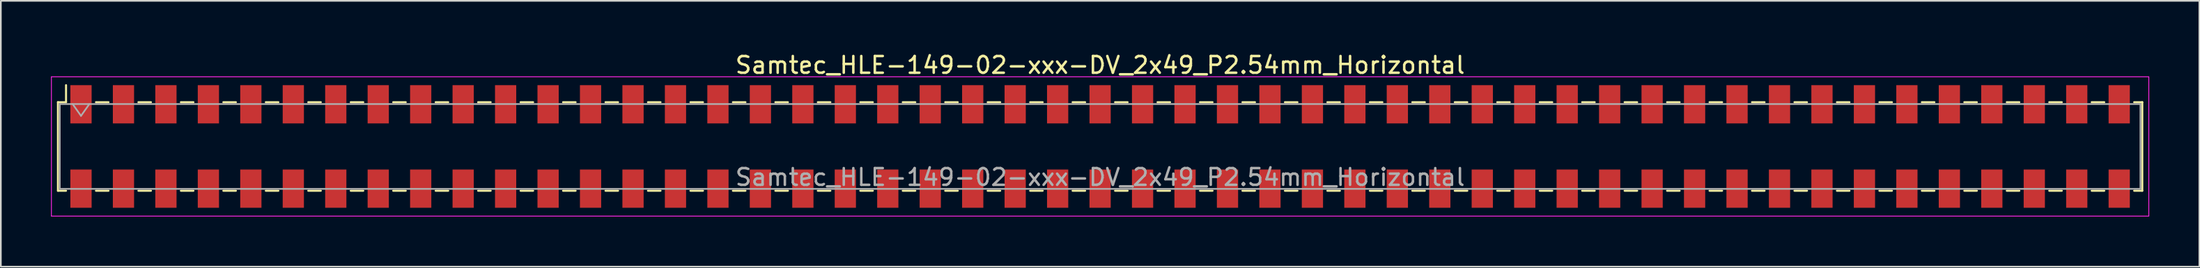
<source format=kicad_pcb>
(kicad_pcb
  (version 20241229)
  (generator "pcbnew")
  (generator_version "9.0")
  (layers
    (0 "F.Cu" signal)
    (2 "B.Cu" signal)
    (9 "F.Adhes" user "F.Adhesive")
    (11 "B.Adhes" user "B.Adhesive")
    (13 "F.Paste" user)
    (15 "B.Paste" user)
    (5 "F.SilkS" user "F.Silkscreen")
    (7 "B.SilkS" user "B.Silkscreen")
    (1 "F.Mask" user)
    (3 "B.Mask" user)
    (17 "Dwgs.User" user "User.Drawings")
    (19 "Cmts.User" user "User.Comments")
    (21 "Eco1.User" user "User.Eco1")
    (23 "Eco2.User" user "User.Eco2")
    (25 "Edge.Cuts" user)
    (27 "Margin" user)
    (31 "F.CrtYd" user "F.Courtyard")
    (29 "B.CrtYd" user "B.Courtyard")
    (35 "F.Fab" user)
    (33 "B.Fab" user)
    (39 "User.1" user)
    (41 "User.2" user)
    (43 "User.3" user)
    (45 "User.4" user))
  (footprint "Samtec_HLE-149-02-xxx-DV_2x49_P2.54mm_Horizontal"
    (layer "F.Cu")
    (at 62.755 5.718)
    (property "Reference" "Samtec_HLE-149-02-xxx-DV_2x49_P2.54mm_Horizontal" (at 0 -4.87 0) (layer "F.SilkS") (effects (font (size 1 1) (thickness 0.15))))
    (attr smd)
    (fp_line (start -62.34 -2.65) (end -62.34 2.65) (stroke (width 0.12) (type solid)) (layer "F.SilkS"))
    (fp_line (start -62.34 2.65) (end -61.855 2.65) (stroke (width 0.12) (type solid)) (layer "F.SilkS"))
    (fp_line (start -61.855 -3.67) (end -61.855 -2.65) (stroke (width 0.12) (type solid)) (layer "F.SilkS"))
    (fp_line (start -61.855 -2.65) (end -62.34 -2.65) (stroke (width 0.12) (type solid)) (layer "F.SilkS"))
    (fp_line (start -60.065 -2.65) (end -59.315 -2.65) (stroke (width 0.12) (type solid)) (layer "F.SilkS"))
    (fp_line (start -60.065 2.65) (end -59.315 2.65) (stroke (width 0.12) (type solid)) (layer "F.SilkS"))
    (fp_line (start -57.525 -2.65) (end -56.775 -2.65) (stroke (width 0.12) (type solid)) (layer "F.SilkS"))
    (fp_line (start -57.525 2.65) (end -56.775 2.65) (stroke (width 0.12) (type solid)) (layer "F.SilkS"))
    (fp_line (start -54.985 -2.65) (end -54.235 -2.65) (stroke (width 0.12) (type solid)) (layer "F.SilkS"))
    (fp_line (start -54.985 2.65) (end -54.235 2.65) (stroke (width 0.12) (type solid)) (layer "F.SilkS"))
    (fp_line (start -52.445 -2.65) (end -51.695 -2.65) (stroke (width 0.12) (type solid)) (layer "F.SilkS"))
    (fp_line (start -52.445 2.65) (end -51.695 2.65) (stroke (width 0.12) (type solid)) (layer "F.SilkS"))
    (fp_line (start -49.905 -2.65) (end -49.155 -2.65) (stroke (width 0.12) (type solid)) (layer "F.SilkS"))
    (fp_line (start -49.905 2.65) (end -49.155 2.65) (stroke (width 0.12) (type solid)) (layer "F.SilkS"))
    (fp_line (start -47.365 -2.65) (end -46.615 -2.65) (stroke (width 0.12) (type solid)) (layer "F.SilkS"))
    (fp_line (start -47.365 2.65) (end -46.615 2.65) (stroke (width 0.12) (type solid)) (layer "F.SilkS"))
    (fp_line (start -44.825 -2.65) (end -44.075 -2.65) (stroke (width 0.12) (type solid)) (layer "F.SilkS"))
    (fp_line (start -44.825 2.65) (end -44.075 2.65) (stroke (width 0.12) (type solid)) (layer "F.SilkS"))
    (fp_line (start -42.285 -2.65) (end -41.535 -2.65) (stroke (width 0.12) (type solid)) (layer "F.SilkS"))
    (fp_line (start -42.285 2.65) (end -41.535 2.65) (stroke (width 0.12) (type solid)) (layer "F.SilkS"))
    (fp_line (start -39.745 -2.65) (end -38.995 -2.65) (stroke (width 0.12) (type solid)) (layer "F.SilkS"))
    (fp_line (start -39.745 2.65) (end -38.995 2.65) (stroke (width 0.12) (type solid)) (layer "F.SilkS"))
    (fp_line (start -37.205 -2.65) (end -36.455 -2.65) (stroke (width 0.12) (type solid)) (layer "F.SilkS"))
    (fp_line (start -37.205 2.65) (end -36.455 2.65) (stroke (width 0.12) (type solid)) (layer "F.SilkS"))
    (fp_line (start -34.665 -2.65) (end -33.915 -2.65) (stroke (width 0.12) (type solid)) (layer "F.SilkS"))
    (fp_line (start -34.665 2.65) (end -33.915 2.65) (stroke (width 0.12) (type solid)) (layer "F.SilkS"))
    (fp_line (start -32.125 -2.65) (end -31.375 -2.65) (stroke (width 0.12) (type solid)) (layer "F.SilkS"))
    (fp_line (start -32.125 2.65) (end -31.375 2.65) (stroke (width 0.12) (type solid)) (layer "F.SilkS"))
    (fp_line (start -29.585 -2.65) (end -28.835 -2.65) (stroke (width 0.12) (type solid)) (layer "F.SilkS"))
    (fp_line (start -29.585 2.65) (end -28.835 2.65) (stroke (width 0.12) (type solid)) (layer "F.SilkS"))
    (fp_line (start -27.045 -2.65) (end -26.295 -2.65) (stroke (width 0.12) (type solid)) (layer "F.SilkS"))
    (fp_line (start -27.045 2.65) (end -26.295 2.65) (stroke (width 0.12) (type solid)) (layer "F.SilkS"))
    (fp_line (start -24.505 -2.65) (end -23.755 -2.65) (stroke (width 0.12) (type solid)) (layer "F.SilkS"))
    (fp_line (start -24.505 2.65) (end -23.755 2.65) (stroke (width 0.12) (type solid)) (layer "F.SilkS"))
    (fp_line (start -21.965 -2.65) (end -21.215 -2.65) (stroke (width 0.12) (type solid)) (layer "F.SilkS"))
    (fp_line (start -21.965 2.65) (end -21.215 2.65) (stroke (width 0.12) (type solid)) (layer "F.SilkS"))
    (fp_line (start -19.425 -2.65) (end -18.675 -2.65) (stroke (width 0.12) (type solid)) (layer "F.SilkS"))
    (fp_line (start -19.425 2.65) (end -18.675 2.65) (stroke (width 0.12) (type solid)) (layer "F.SilkS"))
    (fp_line (start -16.885 -2.65) (end -16.135 -2.65) (stroke (width 0.12) (type solid)) (layer "F.SilkS"))
    (fp_line (start -16.885 2.65) (end -16.135 2.65) (stroke (width 0.12) (type solid)) (layer "F.SilkS"))
    (fp_line (start -14.345 -2.65) (end -13.595 -2.65) (stroke (width 0.12) (type solid)) (layer "F.SilkS"))
    (fp_line (start -14.345 2.65) (end -13.595 2.65) (stroke (width 0.12) (type solid)) (layer "F.SilkS"))
    (fp_line (start -11.805 -2.65) (end -11.055 -2.65) (stroke (width 0.12) (type solid)) (layer "F.SilkS"))
    (fp_line (start -11.805 2.65) (end -11.055 2.65) (stroke (width 0.12) (type solid)) (layer "F.SilkS"))
    (fp_line (start -9.265 -2.65) (end -8.515 -2.65) (stroke (width 0.12) (type solid)) (layer "F.SilkS"))
    (fp_line (start -9.265 2.65) (end -8.515 2.65) (stroke (width 0.12) (type solid)) (layer "F.SilkS"))
    (fp_line (start -6.725 -2.65) (end -5.975 -2.65) (stroke (width 0.12) (type solid)) (layer "F.SilkS"))
    (fp_line (start -6.725 2.65) (end -5.975 2.65) (stroke (width 0.12) (type solid)) (layer "F.SilkS"))
    (fp_line (start -4.185 -2.65) (end -3.435 -2.65) (stroke (width 0.12) (type solid)) (layer "F.SilkS"))
    (fp_line (start -4.185 2.65) (end -3.435 2.65) (stroke (width 0.12) (type solid)) (layer "F.SilkS"))
    (fp_line (start -1.645 -2.65) (end -0.895 -2.65) (stroke (width 0.12) (type solid)) (layer "F.SilkS"))
    (fp_line (start -1.645 2.65) (end -0.895 2.65) (stroke (width 0.12) (type solid)) (layer "F.SilkS"))
    (fp_line (start 0.895 -2.65) (end 1.645 -2.65) (stroke (width 0.12) (type solid)) (layer "F.SilkS"))
    (fp_line (start 0.895 2.65) (end 1.645 2.65) (stroke (width 0.12) (type solid)) (layer "F.SilkS"))
    (fp_line (start 3.435 -2.65) (end 4.185 -2.65) (stroke (width 0.12) (type solid)) (layer "F.SilkS"))
    (fp_line (start 3.435 2.65) (end 4.185 2.65) (stroke (width 0.12) (type solid)) (layer "F.SilkS"))
    (fp_line (start 5.975 -2.65) (end 6.725 -2.65) (stroke (width 0.12) (type solid)) (layer "F.SilkS"))
    (fp_line (start 5.975 2.65) (end 6.725 2.65) (stroke (width 0.12) (type solid)) (layer "F.SilkS"))
    (fp_line (start 8.515 -2.65) (end 9.265 -2.65) (stroke (width 0.12) (type solid)) (layer "F.SilkS"))
    (fp_line (start 8.515 2.65) (end 9.265 2.65) (stroke (width 0.12) (type solid)) (layer "F.SilkS"))
    (fp_line (start 11.055 -2.65) (end 11.805 -2.65) (stroke (width 0.12) (type solid)) (layer "F.SilkS"))
    (fp_line (start 11.055 2.65) (end 11.805 2.65) (stroke (width 0.12) (type solid)) (layer "F.SilkS"))
    (fp_line (start 13.595 -2.65) (end 14.345 -2.65) (stroke (width 0.12) (type solid)) (layer "F.SilkS"))
    (fp_line (start 13.595 2.65) (end 14.345 2.65) (stroke (width 0.12) (type solid)) (layer "F.SilkS"))
    (fp_line (start 16.135 -2.65) (end 16.885 -2.65) (stroke (width 0.12) (type solid)) (layer "F.SilkS"))
    (fp_line (start 16.135 2.65) (end 16.885 2.65) (stroke (width 0.12) (type solid)) (layer "F.SilkS"))
    (fp_line (start 18.675 -2.65) (end 19.425 -2.65) (stroke (width 0.12) (type solid)) (layer "F.SilkS"))
    (fp_line (start 18.675 2.65) (end 19.425 2.65) (stroke (width 0.12) (type solid)) (layer "F.SilkS"))
    (fp_line (start 21.215 -2.65) (end 21.965 -2.65) (stroke (width 0.12) (type solid)) (layer "F.SilkS"))
    (fp_line (start 21.215 2.65) (end 21.965 2.65) (stroke (width 0.12) (type solid)) (layer "F.SilkS"))
    (fp_line (start 23.755 -2.65) (end 24.505 -2.65) (stroke (width 0.12) (type solid)) (layer "F.SilkS"))
    (fp_line (start 23.755 2.65) (end 24.505 2.65) (stroke (width 0.12) (type solid)) (layer "F.SilkS"))
    (fp_line (start 26.295 -2.65) (end 27.045 -2.65) (stroke (width 0.12) (type solid)) (layer "F.SilkS"))
    (fp_line (start 26.295 2.65) (end 27.045 2.65) (stroke (width 0.12) (type solid)) (layer "F.SilkS"))
    (fp_line (start 28.835 -2.65) (end 29.585 -2.65) (stroke (width 0.12) (type solid)) (layer "F.SilkS"))
    (fp_line (start 28.835 2.65) (end 29.585 2.65) (stroke (width 0.12) (type solid)) (layer "F.SilkS"))
    (fp_line (start 31.375 -2.65) (end 32.125 -2.65) (stroke (width 0.12) (type solid)) (layer "F.SilkS"))
    (fp_line (start 31.375 2.65) (end 32.125 2.65) (stroke (width 0.12) (type solid)) (layer "F.SilkS"))
    (fp_line (start 33.915 -2.65) (end 34.665 -2.65) (stroke (width 0.12) (type solid)) (layer "F.SilkS"))
    (fp_line (start 33.915 2.65) (end 34.665 2.65) (stroke (width 0.12) (type solid)) (layer "F.SilkS"))
    (fp_line (start 36.455 -2.65) (end 37.205 -2.65) (stroke (width 0.12) (type solid)) (layer "F.SilkS"))
    (fp_line (start 36.455 2.65) (end 37.205 2.65) (stroke (width 0.12) (type solid)) (layer "F.SilkS"))
    (fp_line (start 38.995 -2.65) (end 39.745 -2.65) (stroke (width 0.12) (type solid)) (layer "F.SilkS"))
    (fp_line (start 38.995 2.65) (end 39.745 2.65) (stroke (width 0.12) (type solid)) (layer "F.SilkS"))
    (fp_line (start 41.535 -2.65) (end 42.285 -2.65) (stroke (width 0.12) (type solid)) (layer "F.SilkS"))
    (fp_line (start 41.535 2.65) (end 42.285 2.65) (stroke (width 0.12) (type solid)) (layer "F.SilkS"))
    (fp_line (start 44.075 -2.65) (end 44.825 -2.65) (stroke (width 0.12) (type solid)) (layer "F.SilkS"))
    (fp_line (start 44.075 2.65) (end 44.825 2.65) (stroke (width 0.12) (type solid)) (layer "F.SilkS"))
    (fp_line (start 46.615 -2.65) (end 47.365 -2.65) (stroke (width 0.12) (type solid)) (layer "F.SilkS"))
    (fp_line (start 46.615 2.65) (end 47.365 2.65) (stroke (width 0.12) (type solid)) (layer "F.SilkS"))
    (fp_line (start 49.155 -2.65) (end 49.905 -2.65) (stroke (width 0.12) (type solid)) (layer "F.SilkS"))
    (fp_line (start 49.155 2.65) (end 49.905 2.65) (stroke (width 0.12) (type solid)) (layer "F.SilkS"))
    (fp_line (start 51.695 -2.65) (end 52.445 -2.65) (stroke (width 0.12) (type solid)) (layer "F.SilkS"))
    (fp_line (start 51.695 2.65) (end 52.445 2.65) (stroke (width 0.12) (type solid)) (layer "F.SilkS"))
    (fp_line (start 54.235 -2.65) (end 54.985 -2.65) (stroke (width 0.12) (type solid)) (layer "F.SilkS"))
    (fp_line (start 54.235 2.65) (end 54.985 2.65) (stroke (width 0.12) (type solid)) (layer "F.SilkS"))
    (fp_line (start 56.775 -2.65) (end 57.525 -2.65) (stroke (width 0.12) (type solid)) (layer "F.SilkS"))
    (fp_line (start 56.775 2.65) (end 57.525 2.65) (stroke (width 0.12) (type solid)) (layer "F.SilkS"))
    (fp_line (start 59.315 -2.65) (end 60.065 -2.65) (stroke (width 0.12) (type solid)) (layer "F.SilkS"))
    (fp_line (start 59.315 2.65) (end 60.065 2.65) (stroke (width 0.12) (type solid)) (layer "F.SilkS"))
    (fp_line (start 61.855 -2.65) (end 62.34 -2.65) (stroke (width 0.12) (type solid)) (layer "F.SilkS"))
    (fp_line (start 62.34 -2.65) (end 62.34 2.65) (stroke (width 0.12) (type solid)) (layer "F.SilkS"))
    (fp_line (start 62.34 2.65) (end 61.855 2.65) (stroke (width 0.12) (type solid)) (layer "F.SilkS"))
    (fp_line (start -62.73 -4.17) (end 62.73 -4.17) (stroke (width 0.05) (type solid)) (layer "F.CrtYd"))
    (fp_line (start -62.73 4.17) (end -62.73 -4.17) (stroke (width 0.05) (type solid)) (layer "F.CrtYd"))
    (fp_line (start 62.73 -4.17) (end 62.73 4.17) (stroke (width 0.05) (type solid)) (layer "F.CrtYd"))
    (fp_line (start 62.73 4.17) (end -62.73 4.17) (stroke (width 0.05) (type solid)) (layer "F.CrtYd"))
    (fp_line (start -62.23 -2.54) (end 62.23 -2.54) (stroke (width 0.1) (type solid)) (layer "F.Fab"))
    (fp_line (start -62.23 2.54) (end -62.23 -2.54) (stroke (width 0.1) (type solid)) (layer "F.Fab"))
    (fp_line (start -61.46 -2.54) (end -60.96 -1.833) (stroke (width 0.1) (type solid)) (layer "F.Fab"))
    (fp_line (start -60.96 -1.833) (end -60.46 -2.54) (stroke (width 0.1) (type solid)) (layer "F.Fab"))
    (fp_line (start 62.23 -2.54) (end 62.23 2.54) (stroke (width 0.1) (type solid)) (layer "F.Fab"))
    (fp_line (start 62.23 2.54) (end -62.23 2.54) (stroke (width 0.1) (type solid)) (layer "F.Fab"))
    (fp_text user "${REFERENCE}" (at 0 1.84 0) (layer "F.Fab") (effects (font (size 1 1) (thickness 0.15))))
    (pad "1" smd rect (at -60.96 -2.525) (size 1.27 2.29) (layers "F.Cu" "F.Mask" "F.Paste"))
    (pad "2" smd rect (at -60.96 2.525) (size 1.27 2.29) (layers "F.Cu" "F.Mask" "F.Paste"))
    (pad "3" smd rect (at -58.42 -2.525) (size 1.27 2.29) (layers "F.Cu" "F.Mask" "F.Paste"))
    (pad "4" smd rect (at -58.42 2.525) (size 1.27 2.29) (layers "F.Cu" "F.Mask" "F.Paste"))
    (pad "5" smd rect (at -55.88 -2.525) (size 1.27 2.29) (layers "F.Cu" "F.Mask" "F.Paste"))
    (pad "6" smd rect (at -55.88 2.525) (size 1.27 2.29) (layers "F.Cu" "F.Mask" "F.Paste"))
    (pad "7" smd rect (at -53.34 -2.525) (size 1.27 2.29) (layers "F.Cu" "F.Mask" "F.Paste"))
    (pad "8" smd rect (at -53.34 2.525) (size 1.27 2.29) (layers "F.Cu" "F.Mask" "F.Paste"))
    (pad "9" smd rect (at -50.8 -2.525) (size 1.27 2.29) (layers "F.Cu" "F.Mask" "F.Paste"))
    (pad "10" smd rect (at -50.8 2.525) (size 1.27 2.29) (layers "F.Cu" "F.Mask" "F.Paste"))
    (pad "11" smd rect (at -48.26 -2.525) (size 1.27 2.29) (layers "F.Cu" "F.Mask" "F.Paste"))
    (pad "12" smd rect (at -48.26 2.525) (size 1.27 2.29) (layers "F.Cu" "F.Mask" "F.Paste"))
    (pad "13" smd rect (at -45.72 -2.525) (size 1.27 2.29) (layers "F.Cu" "F.Mask" "F.Paste"))
    (pad "14" smd rect (at -45.72 2.525) (size 1.27 2.29) (layers "F.Cu" "F.Mask" "F.Paste"))
    (pad "15" smd rect (at -43.18 -2.525) (size 1.27 2.29) (layers "F.Cu" "F.Mask" "F.Paste"))
    (pad "16" smd rect (at -43.18 2.525) (size 1.27 2.29) (layers "F.Cu" "F.Mask" "F.Paste"))
    (pad "17" smd rect (at -40.64 -2.525) (size 1.27 2.29) (layers "F.Cu" "F.Mask" "F.Paste"))
    (pad "18" smd rect (at -40.64 2.525) (size 1.27 2.29) (layers "F.Cu" "F.Mask" "F.Paste"))
    (pad "19" smd rect (at -38.1 -2.525) (size 1.27 2.29) (layers "F.Cu" "F.Mask" "F.Paste"))
    (pad "20" smd rect (at -38.1 2.525) (size 1.27 2.29) (layers "F.Cu" "F.Mask" "F.Paste"))
    (pad "21" smd rect (at -35.56 -2.525) (size 1.27 2.29) (layers "F.Cu" "F.Mask" "F.Paste"))
    (pad "22" smd rect (at -35.56 2.525) (size 1.27 2.29) (layers "F.Cu" "F.Mask" "F.Paste"))
    (pad "23" smd rect (at -33.02 -2.525) (size 1.27 2.29) (layers "F.Cu" "F.Mask" "F.Paste"))
    (pad "24" smd rect (at -33.02 2.525) (size 1.27 2.29) (layers "F.Cu" "F.Mask" "F.Paste"))
    (pad "25" smd rect (at -30.48 -2.525) (size 1.27 2.29) (layers "F.Cu" "F.Mask" "F.Paste"))
    (pad "26" smd rect (at -30.48 2.525) (size 1.27 2.29) (layers "F.Cu" "F.Mask" "F.Paste"))
    (pad "27" smd rect (at -27.94 -2.525) (size 1.27 2.29) (layers "F.Cu" "F.Mask" "F.Paste"))
    (pad "28" smd rect (at -27.94 2.525) (size 1.27 2.29) (layers "F.Cu" "F.Mask" "F.Paste"))
    (pad "29" smd rect (at -25.4 -2.525) (size 1.27 2.29) (layers "F.Cu" "F.Mask" "F.Paste"))
    (pad "30" smd rect (at -25.4 2.525) (size 1.27 2.29) (layers "F.Cu" "F.Mask" "F.Paste"))
    (pad "31" smd rect (at -22.86 -2.525) (size 1.27 2.29) (layers "F.Cu" "F.Mask" "F.Paste"))
    (pad "32" smd rect (at -22.86 2.525) (size 1.27 2.29) (layers "F.Cu" "F.Mask" "F.Paste"))
    (pad "33" smd rect (at -20.32 -2.525) (size 1.27 2.29) (layers "F.Cu" "F.Mask" "F.Paste"))
    (pad "34" smd rect (at -20.32 2.525) (size 1.27 2.29) (layers "F.Cu" "F.Mask" "F.Paste"))
    (pad "35" smd rect (at -17.78 -2.525) (size 1.27 2.29) (layers "F.Cu" "F.Mask" "F.Paste"))
    (pad "36" smd rect (at -17.78 2.525) (size 1.27 2.29) (layers "F.Cu" "F.Mask" "F.Paste"))
    (pad "37" smd rect (at -15.24 -2.525) (size 1.27 2.29) (layers "F.Cu" "F.Mask" "F.Paste"))
    (pad "38" smd rect (at -15.24 2.525) (size 1.27 2.29) (layers "F.Cu" "F.Mask" "F.Paste"))
    (pad "39" smd rect (at -12.7 -2.525) (size 1.27 2.29) (layers "F.Cu" "F.Mask" "F.Paste"))
    (pad "40" smd rect (at -12.7 2.525) (size 1.27 2.29) (layers "F.Cu" "F.Mask" "F.Paste"))
    (pad "41" smd rect (at -10.16 -2.525) (size 1.27 2.29) (layers "F.Cu" "F.Mask" "F.Paste"))
    (pad "42" smd rect (at -10.16 2.525) (size 1.27 2.29) (layers "F.Cu" "F.Mask" "F.Paste"))
    (pad "43" smd rect (at -7.62 -2.525) (size 1.27 2.29) (layers "F.Cu" "F.Mask" "F.Paste"))
    (pad "44" smd rect (at -7.62 2.525) (size 1.27 2.29) (layers "F.Cu" "F.Mask" "F.Paste"))
    (pad "45" smd rect (at -5.08 -2.525) (size 1.27 2.29) (layers "F.Cu" "F.Mask" "F.Paste"))
    (pad "46" smd rect (at -5.08 2.525) (size 1.27 2.29) (layers "F.Cu" "F.Mask" "F.Paste"))
    (pad "47" smd rect (at -2.54 -2.525) (size 1.27 2.29) (layers "F.Cu" "F.Mask" "F.Paste"))
    (pad "48" smd rect (at -2.54 2.525) (size 1.27 2.29) (layers "F.Cu" "F.Mask" "F.Paste"))
    (pad "49" smd rect (at 0 -2.525) (size 1.27 2.29) (layers "F.Cu" "F.Mask" "F.Paste"))
    (pad "50" smd rect (at 0 2.525) (size 1.27 2.29) (layers "F.Cu" "F.Mask" "F.Paste"))
    (pad "51" smd rect (at 2.54 -2.525) (size 1.27 2.29) (layers "F.Cu" "F.Mask" "F.Paste"))
    (pad "52" smd rect (at 2.54 2.525) (size 1.27 2.29) (layers "F.Cu" "F.Mask" "F.Paste"))
    (pad "53" smd rect (at 5.08 -2.525) (size 1.27 2.29) (layers "F.Cu" "F.Mask" "F.Paste"))
    (pad "54" smd rect (at 5.08 2.525) (size 1.27 2.29) (layers "F.Cu" "F.Mask" "F.Paste"))
    (pad "55" smd rect (at 7.62 -2.525) (size 1.27 2.29) (layers "F.Cu" "F.Mask" "F.Paste"))
    (pad "56" smd rect (at 7.62 2.525) (size 1.27 2.29) (layers "F.Cu" "F.Mask" "F.Paste"))
    (pad "57" smd rect (at 10.16 -2.525) (size 1.27 2.29) (layers "F.Cu" "F.Mask" "F.Paste"))
    (pad "58" smd rect (at 10.16 2.525) (size 1.27 2.29) (layers "F.Cu" "F.Mask" "F.Paste"))
    (pad "59" smd rect (at 12.7 -2.525) (size 1.27 2.29) (layers "F.Cu" "F.Mask" "F.Paste"))
    (pad "60" smd rect (at 12.7 2.525) (size 1.27 2.29) (layers "F.Cu" "F.Mask" "F.Paste"))
    (pad "61" smd rect (at 15.24 -2.525) (size 1.27 2.29) (layers "F.Cu" "F.Mask" "F.Paste"))
    (pad "62" smd rect (at 15.24 2.525) (size 1.27 2.29) (layers "F.Cu" "F.Mask" "F.Paste"))
    (pad "63" smd rect (at 17.78 -2.525) (size 1.27 2.29) (layers "F.Cu" "F.Mask" "F.Paste"))
    (pad "64" smd rect (at 17.78 2.525) (size 1.27 2.29) (layers "F.Cu" "F.Mask" "F.Paste"))
    (pad "65" smd rect (at 20.32 -2.525) (size 1.27 2.29) (layers "F.Cu" "F.Mask" "F.Paste"))
    (pad "66" smd rect (at 20.32 2.525) (size 1.27 2.29) (layers "F.Cu" "F.Mask" "F.Paste"))
    (pad "67" smd rect (at 22.86 -2.525) (size 1.27 2.29) (layers "F.Cu" "F.Mask" "F.Paste"))
    (pad "68" smd rect (at 22.86 2.525) (size 1.27 2.29) (layers "F.Cu" "F.Mask" "F.Paste"))
    (pad "69" smd rect (at 25.4 -2.525) (size 1.27 2.29) (layers "F.Cu" "F.Mask" "F.Paste"))
    (pad "70" smd rect (at 25.4 2.525) (size 1.27 2.29) (layers "F.Cu" "F.Mask" "F.Paste"))
    (pad "71" smd rect (at 27.94 -2.525) (size 1.27 2.29) (layers "F.Cu" "F.Mask" "F.Paste"))
    (pad "72" smd rect (at 27.94 2.525) (size 1.27 2.29) (layers "F.Cu" "F.Mask" "F.Paste"))
    (pad "73" smd rect (at 30.48 -2.525) (size 1.27 2.29) (layers "F.Cu" "F.Mask" "F.Paste"))
    (pad "74" smd rect (at 30.48 2.525) (size 1.27 2.29) (layers "F.Cu" "F.Mask" "F.Paste"))
    (pad "75" smd rect (at 33.02 -2.525) (size 1.27 2.29) (layers "F.Cu" "F.Mask" "F.Paste"))
    (pad "76" smd rect (at 33.02 2.525) (size 1.27 2.29) (layers "F.Cu" "F.Mask" "F.Paste"))
    (pad "77" smd rect (at 35.56 -2.525) (size 1.27 2.29) (layers "F.Cu" "F.Mask" "F.Paste"))
    (pad "78" smd rect (at 35.56 2.525) (size 1.27 2.29) (layers "F.Cu" "F.Mask" "F.Paste"))
    (pad "79" smd rect (at 38.1 -2.525) (size 1.27 2.29) (layers "F.Cu" "F.Mask" "F.Paste"))
    (pad "80" smd rect (at 38.1 2.525) (size 1.27 2.29) (layers "F.Cu" "F.Mask" "F.Paste"))
    (pad "81" smd rect (at 40.64 -2.525) (size 1.27 2.29) (layers "F.Cu" "F.Mask" "F.Paste"))
    (pad "82" smd rect (at 40.64 2.525) (size 1.27 2.29) (layers "F.Cu" "F.Mask" "F.Paste"))
    (pad "83" smd rect (at 43.18 -2.525) (size 1.27 2.29) (layers "F.Cu" "F.Mask" "F.Paste"))
    (pad "84" smd rect (at 43.18 2.525) (size 1.27 2.29) (layers "F.Cu" "F.Mask" "F.Paste"))
    (pad "85" smd rect (at 45.72 -2.525) (size 1.27 2.29) (layers "F.Cu" "F.Mask" "F.Paste"))
    (pad "86" smd rect (at 45.72 2.525) (size 1.27 2.29) (layers "F.Cu" "F.Mask" "F.Paste"))
    (pad "87" smd rect (at 48.26 -2.525) (size 1.27 2.29) (layers "F.Cu" "F.Mask" "F.Paste"))
    (pad "88" smd rect (at 48.26 2.525) (size 1.27 2.29) (layers "F.Cu" "F.Mask" "F.Paste"))
    (pad "89" smd rect (at 50.8 -2.525) (size 1.27 2.29) (layers "F.Cu" "F.Mask" "F.Paste"))
    (pad "90" smd rect (at 50.8 2.525) (size 1.27 2.29) (layers "F.Cu" "F.Mask" "F.Paste"))
    (pad "91" smd rect (at 53.34 -2.525) (size 1.27 2.29) (layers "F.Cu" "F.Mask" "F.Paste"))
    (pad "92" smd rect (at 53.34 2.525) (size 1.27 2.29) (layers "F.Cu" "F.Mask" "F.Paste"))
    (pad "93" smd rect (at 55.88 -2.525) (size 1.27 2.29) (layers "F.Cu" "F.Mask" "F.Paste"))
    (pad "94" smd rect (at 55.88 2.525) (size 1.27 2.29) (layers "F.Cu" "F.Mask" "F.Paste"))
    (pad "95" smd rect (at 58.42 -2.525) (size 1.27 2.29) (layers "F.Cu" "F.Mask" "F.Paste"))
    (pad "96" smd rect (at 58.42 2.525) (size 1.27 2.29) (layers "F.Cu" "F.Mask" "F.Paste"))
    (pad "97" smd rect (at 60.96 -2.525) (size 1.27 2.29) (layers "F.Cu" "F.Mask" "F.Paste"))
    (pad "98" smd rect (at 60.96 2.525) (size 1.27 2.29) (layers "F.Cu" "F.Mask" "F.Paste")))
  (gr_rect
    (start -3 -3)
    (end 128.51 12.913)
    (stroke (width 0.1) (type default))
    (fill no)
    (layer "Edge.Cuts")))
</source>
